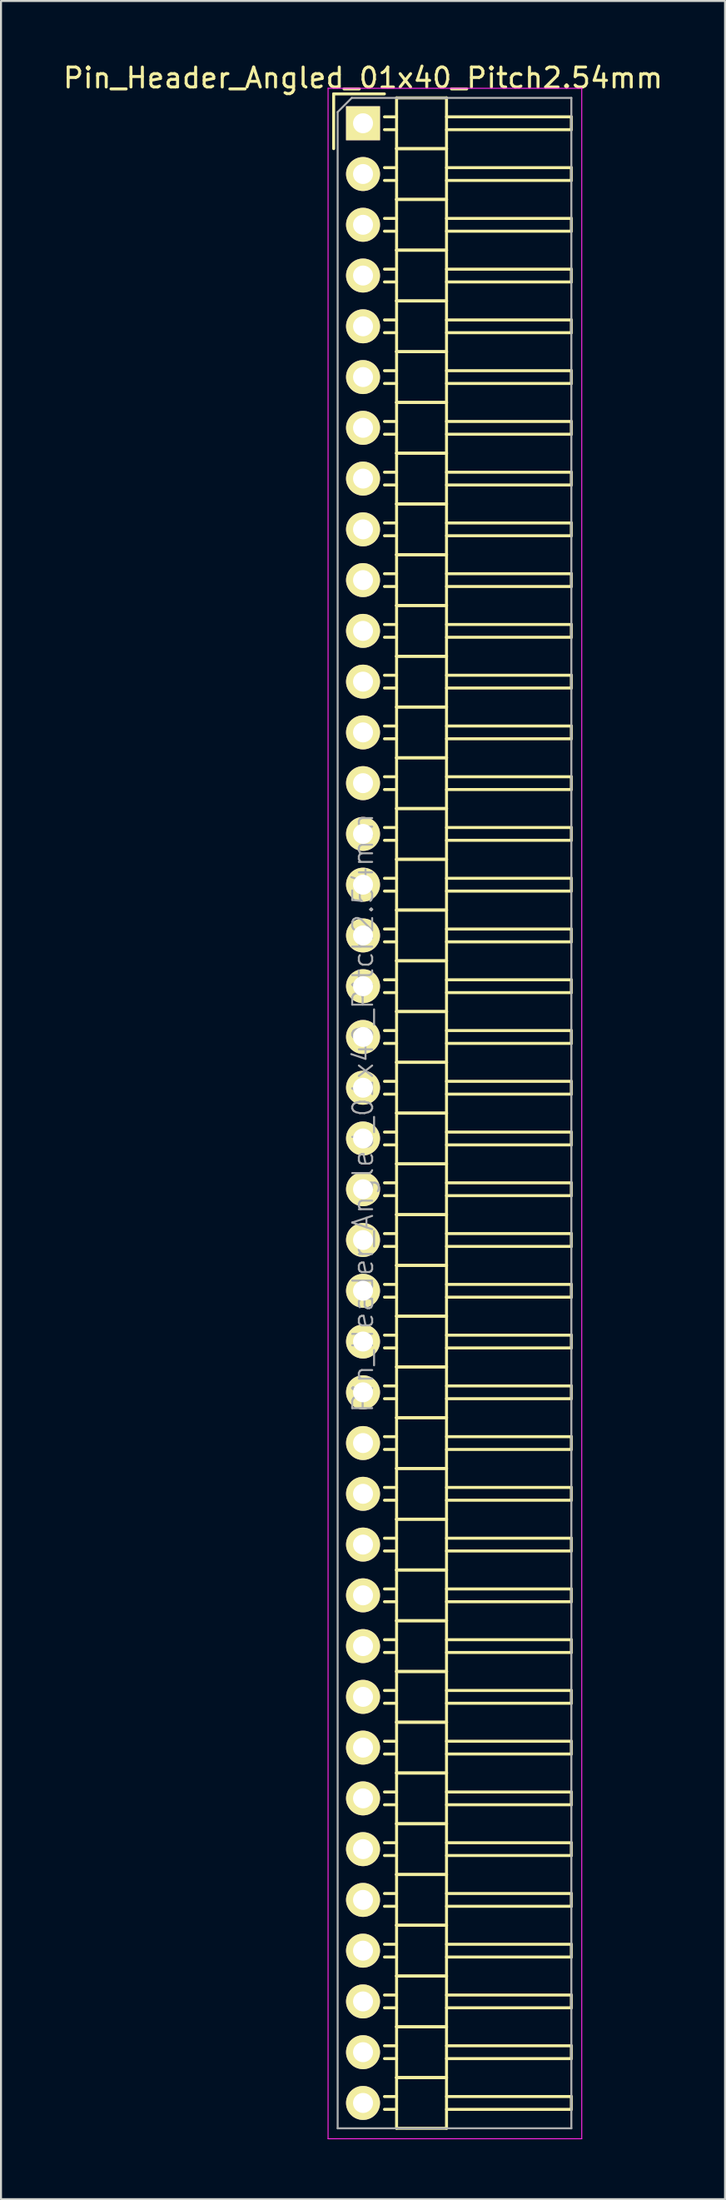
<source format=kicad_pcb>
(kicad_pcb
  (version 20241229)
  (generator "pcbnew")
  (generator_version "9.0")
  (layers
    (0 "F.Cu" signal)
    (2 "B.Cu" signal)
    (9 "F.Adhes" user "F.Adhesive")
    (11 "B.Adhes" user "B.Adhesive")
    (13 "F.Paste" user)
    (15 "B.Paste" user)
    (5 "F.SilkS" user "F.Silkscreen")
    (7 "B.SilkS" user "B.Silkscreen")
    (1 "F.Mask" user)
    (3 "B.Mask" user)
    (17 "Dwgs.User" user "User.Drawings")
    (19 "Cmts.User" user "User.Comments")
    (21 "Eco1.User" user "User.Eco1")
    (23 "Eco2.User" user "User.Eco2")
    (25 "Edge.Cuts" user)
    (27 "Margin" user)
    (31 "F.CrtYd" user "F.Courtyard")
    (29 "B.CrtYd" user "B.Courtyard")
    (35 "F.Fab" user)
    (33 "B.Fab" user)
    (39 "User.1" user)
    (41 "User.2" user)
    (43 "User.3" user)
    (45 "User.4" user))
  (footprint "Pin_Header_Angled_01x40_Pitch2.54mm"
    (layer "F.Cu")
    (at 15.125 3.118)
    (property "Reference" "Pin_Header_Angled_01x40_Pitch2.54mm" (at 0 -2.27 0) (layer "F.SilkS") (effects (font (size 1 1) (thickness 0.15))))
    (attr smd)
    (fp_line (start -1.47 -1.47) (end -1.47 1.27) (stroke (width 0.15) (type solid)) (layer "F.SilkS"))
    (fp_line (start -1.47 -1.47) (end 1.07 -1.47) (stroke (width 0.15) (type solid)) (layer "F.SilkS"))
    (fp_line (start 1.68 -0.32) (end 1.075 -0.32) (stroke (width 0.15) (type solid)) (layer "F.SilkS"))
    (fp_line (start 1.68 0.32) (end 1.075 0.32) (stroke (width 0.15) (type solid)) (layer "F.SilkS"))
    (fp_line (start 1.68 1.27) (end 1.68 -1.27) (stroke (width 0.15) (type solid)) (layer "F.SilkS"))
    (fp_line (start 1.68 2.22) (end 1.075 2.22) (stroke (width 0.15) (type solid)) (layer "F.SilkS"))
    (fp_line (start 1.68 2.86) (end 1.075 2.86) (stroke (width 0.15) (type solid)) (layer "F.SilkS"))
    (fp_line (start 1.68 3.81) (end 1.68 1.27) (stroke (width 0.15) (type solid)) (layer "F.SilkS"))
    (fp_line (start 1.68 4.76) (end 1.075 4.76) (stroke (width 0.15) (type solid)) (layer "F.SilkS"))
    (fp_line (start 1.68 5.4) (end 1.075 5.4) (stroke (width 0.15) (type solid)) (layer "F.SilkS"))
    (fp_line (start 1.68 6.35) (end 1.68 3.81) (stroke (width 0.15) (type solid)) (layer "F.SilkS"))
    (fp_line (start 1.68 7.3) (end 1.075 7.3) (stroke (width 0.15) (type solid)) (layer "F.SilkS"))
    (fp_line (start 1.68 7.94) (end 1.075 7.94) (stroke (width 0.15) (type solid)) (layer "F.SilkS"))
    (fp_line (start 1.68 8.89) (end 1.68 6.35) (stroke (width 0.15) (type solid)) (layer "F.SilkS"))
    (fp_line (start 1.68 9.84) (end 1.075 9.84) (stroke (width 0.15) (type solid)) (layer "F.SilkS"))
    (fp_line (start 1.68 10.48) (end 1.075 10.48) (stroke (width 0.15) (type solid)) (layer "F.SilkS"))
    (fp_line (start 1.68 11.43) (end 1.68 8.89) (stroke (width 0.15) (type solid)) (layer "F.SilkS"))
    (fp_line (start 1.68 12.38) (end 1.075 12.38) (stroke (width 0.15) (type solid)) (layer "F.SilkS"))
    (fp_line (start 1.68 13.02) (end 1.075 13.02) (stroke (width 0.15) (type solid)) (layer "F.SilkS"))
    (fp_line (start 1.68 13.97) (end 1.68 11.43) (stroke (width 0.15) (type solid)) (layer "F.SilkS"))
    (fp_line (start 1.68 14.92) (end 1.075 14.92) (stroke (width 0.15) (type solid)) (layer "F.SilkS"))
    (fp_line (start 1.68 15.56) (end 1.075 15.56) (stroke (width 0.15) (type solid)) (layer "F.SilkS"))
    (fp_line (start 1.68 16.51) (end 1.68 13.97) (stroke (width 0.15) (type solid)) (layer "F.SilkS"))
    (fp_line (start 1.68 17.46) (end 1.075 17.46) (stroke (width 0.15) (type solid)) (layer "F.SilkS"))
    (fp_line (start 1.68 18.1) (end 1.075 18.1) (stroke (width 0.15) (type solid)) (layer "F.SilkS"))
    (fp_line (start 1.68 19.05) (end 1.68 16.51) (stroke (width 0.15) (type solid)) (layer "F.SilkS"))
    (fp_line (start 1.68 20) (end 1.075 20) (stroke (width 0.15) (type solid)) (layer "F.SilkS"))
    (fp_line (start 1.68 20.64) (end 1.075 20.64) (stroke (width 0.15) (type solid)) (layer "F.SilkS"))
    (fp_line (start 1.68 21.59) (end 1.68 19.05) (stroke (width 0.15) (type solid)) (layer "F.SilkS"))
    (fp_line (start 1.68 22.54) (end 1.075 22.54) (stroke (width 0.15) (type solid)) (layer "F.SilkS"))
    (fp_line (start 1.68 23.18) (end 1.075 23.18) (stroke (width 0.15) (type solid)) (layer "F.SilkS"))
    (fp_line (start 1.68 24.13) (end 1.68 21.59) (stroke (width 0.15) (type solid)) (layer "F.SilkS"))
    (fp_line (start 1.68 25.08) (end 1.075 25.08) (stroke (width 0.15) (type solid)) (layer "F.SilkS"))
    (fp_line (start 1.68 25.72) (end 1.075 25.72) (stroke (width 0.15) (type solid)) (layer "F.SilkS"))
    (fp_line (start 1.68 26.67) (end 1.68 24.13) (stroke (width 0.15) (type solid)) (layer "F.SilkS"))
    (fp_line (start 1.68 27.62) (end 1.075 27.62) (stroke (width 0.15) (type solid)) (layer "F.SilkS"))
    (fp_line (start 1.68 28.26) (end 1.075 28.26) (stroke (width 0.15) (type solid)) (layer "F.SilkS"))
    (fp_line (start 1.68 29.21) (end 1.68 26.67) (stroke (width 0.15) (type solid)) (layer "F.SilkS"))
    (fp_line (start 1.68 30.16) (end 1.075 30.16) (stroke (width 0.15) (type solid)) (layer "F.SilkS"))
    (fp_line (start 1.68 30.8) (end 1.075 30.8) (stroke (width 0.15) (type solid)) (layer "F.SilkS"))
    (fp_line (start 1.68 31.75) (end 1.68 29.21) (stroke (width 0.15) (type solid)) (layer "F.SilkS"))
    (fp_line (start 1.68 32.7) (end 1.075 32.7) (stroke (width 0.15) (type solid)) (layer "F.SilkS"))
    (fp_line (start 1.68 33.34) (end 1.075 33.34) (stroke (width 0.15) (type solid)) (layer "F.SilkS"))
    (fp_line (start 1.68 34.29) (end 1.68 31.75) (stroke (width 0.15) (type solid)) (layer "F.SilkS"))
    (fp_line (start 1.68 35.24) (end 1.075 35.24) (stroke (width 0.15) (type solid)) (layer "F.SilkS"))
    (fp_line (start 1.68 35.88) (end 1.075 35.88) (stroke (width 0.15) (type solid)) (layer "F.SilkS"))
    (fp_line (start 1.68 36.83) (end 1.68 34.29) (stroke (width 0.15) (type solid)) (layer "F.SilkS"))
    (fp_line (start 1.68 37.78) (end 1.075 37.78) (stroke (width 0.15) (type solid)) (layer "F.SilkS"))
    (fp_line (start 1.68 38.42) (end 1.075 38.42) (stroke (width 0.15) (type solid)) (layer "F.SilkS"))
    (fp_line (start 1.68 39.37) (end 1.68 36.83) (stroke (width 0.15) (type solid)) (layer "F.SilkS"))
    (fp_line (start 1.68 40.32) (end 1.075 40.32) (stroke (width 0.15) (type solid)) (layer "F.SilkS"))
    (fp_line (start 1.68 40.96) (end 1.075 40.96) (stroke (width 0.15) (type solid)) (layer "F.SilkS"))
    (fp_line (start 1.68 41.91) (end 1.68 39.37) (stroke (width 0.15) (type solid)) (layer "F.SilkS"))
    (fp_line (start 1.68 42.86) (end 1.075 42.86) (stroke (width 0.15) (type solid)) (layer "F.SilkS"))
    (fp_line (start 1.68 43.5) (end 1.075 43.5) (stroke (width 0.15) (type solid)) (layer "F.SilkS"))
    (fp_line (start 1.68 44.45) (end 1.68 41.91) (stroke (width 0.15) (type solid)) (layer "F.SilkS"))
    (fp_line (start 1.68 45.4) (end 1.075 45.4) (stroke (width 0.15) (type solid)) (layer "F.SilkS"))
    (fp_line (start 1.68 46.04) (end 1.075 46.04) (stroke (width 0.15) (type solid)) (layer "F.SilkS"))
    (fp_line (start 1.68 46.99) (end 1.68 44.45) (stroke (width 0.15) (type solid)) (layer "F.SilkS"))
    (fp_line (start 1.68 47.94) (end 1.075 47.94) (stroke (width 0.15) (type solid)) (layer "F.SilkS"))
    (fp_line (start 1.68 48.58) (end 1.075 48.58) (stroke (width 0.15) (type solid)) (layer "F.SilkS"))
    (fp_line (start 1.68 49.53) (end 1.68 46.99) (stroke (width 0.15) (type solid)) (layer "F.SilkS"))
    (fp_line (start 1.68 50.48) (end 1.075 50.48) (stroke (width 0.15) (type solid)) (layer "F.SilkS"))
    (fp_line (start 1.68 51.12) (end 1.075 51.12) (stroke (width 0.15) (type solid)) (layer "F.SilkS"))
    (fp_line (start 1.68 52.07) (end 1.68 49.53) (stroke (width 0.15) (type solid)) (layer "F.SilkS"))
    (fp_line (start 1.68 53.02) (end 1.075 53.02) (stroke (width 0.15) (type solid)) (layer "F.SilkS"))
    (fp_line (start 1.68 53.66) (end 1.075 53.66) (stroke (width 0.15) (type solid)) (layer "F.SilkS"))
    (fp_line (start 1.68 54.61) (end 1.68 52.07) (stroke (width 0.15) (type solid)) (layer "F.SilkS"))
    (fp_line (start 1.68 55.56) (end 1.075 55.56) (stroke (width 0.15) (type solid)) (layer "F.SilkS"))
    (fp_line (start 1.68 56.2) (end 1.075 56.2) (stroke (width 0.15) (type solid)) (layer "F.SilkS"))
    (fp_line (start 1.68 57.15) (end 1.68 54.61) (stroke (width 0.15) (type solid)) (layer "F.SilkS"))
    (fp_line (start 1.68 58.1) (end 1.075 58.1) (stroke (width 0.15) (type solid)) (layer "F.SilkS"))
    (fp_line (start 1.68 58.74) (end 1.075 58.74) (stroke (width 0.15) (type solid)) (layer "F.SilkS"))
    (fp_line (start 1.68 59.69) (end 1.68 57.15) (stroke (width 0.15) (type solid)) (layer "F.SilkS"))
    (fp_line (start 1.68 60.64) (end 1.075 60.64) (stroke (width 0.15) (type solid)) (layer "F.SilkS"))
    (fp_line (start 1.68 61.28) (end 1.075 61.28) (stroke (width 0.15) (type solid)) (layer "F.SilkS"))
    (fp_line (start 1.68 62.23) (end 1.68 59.69) (stroke (width 0.15) (type solid)) (layer "F.SilkS"))
    (fp_line (start 1.68 63.18) (end 1.075 63.18) (stroke (width 0.15) (type solid)) (layer "F.SilkS"))
    (fp_line (start 1.68 63.82) (end 1.075 63.82) (stroke (width 0.15) (type solid)) (layer "F.SilkS"))
    (fp_line (start 1.68 64.77) (end 1.68 62.23) (stroke (width 0.15) (type solid)) (layer "F.SilkS"))
    (fp_line (start 1.68 65.72) (end 1.075 65.72) (stroke (width 0.15) (type solid)) (layer "F.SilkS"))
    (fp_line (start 1.68 66.36) (end 1.075 66.36) (stroke (width 0.15) (type solid)) (layer "F.SilkS"))
    (fp_line (start 1.68 67.31) (end 1.68 64.77) (stroke (width 0.15) (type solid)) (layer "F.SilkS"))
    (fp_line (start 1.68 68.26) (end 1.075 68.26) (stroke (width 0.15) (type solid)) (layer "F.SilkS"))
    (fp_line (start 1.68 68.9) (end 1.075 68.9) (stroke (width 0.15) (type solid)) (layer "F.SilkS"))
    (fp_line (start 1.68 69.85) (end 1.68 67.31) (stroke (width 0.15) (type solid)) (layer "F.SilkS"))
    (fp_line (start 1.68 70.8) (end 1.075 70.8) (stroke (width 0.15) (type solid)) (layer "F.SilkS"))
    (fp_line (start 1.68 71.44) (end 1.075 71.44) (stroke (width 0.15) (type solid)) (layer "F.SilkS"))
    (fp_line (start 1.68 72.39) (end 1.68 69.85) (stroke (width 0.15) (type solid)) (layer "F.SilkS"))
    (fp_line (start 1.68 73.34) (end 1.075 73.34) (stroke (width 0.15) (type solid)) (layer "F.SilkS"))
    (fp_line (start 1.68 73.98) (end 1.075 73.98) (stroke (width 0.15) (type solid)) (layer "F.SilkS"))
    (fp_line (start 1.68 74.93) (end 1.68 72.39) (stroke (width 0.15) (type solid)) (layer "F.SilkS"))
    (fp_line (start 1.68 75.88) (end 1.075 75.88) (stroke (width 0.15) (type solid)) (layer "F.SilkS"))
    (fp_line (start 1.68 76.52) (end 1.075 76.52) (stroke (width 0.15) (type solid)) (layer "F.SilkS"))
    (fp_line (start 1.68 77.47) (end 1.68 74.93) (stroke (width 0.15) (type solid)) (layer "F.SilkS"))
    (fp_line (start 1.68 78.42) (end 1.075 78.42) (stroke (width 0.15) (type solid)) (layer "F.SilkS"))
    (fp_line (start 1.68 79.06) (end 1.075 79.06) (stroke (width 0.15) (type solid)) (layer "F.SilkS"))
    (fp_line (start 1.68 80.01) (end 1.68 77.47) (stroke (width 0.15) (type solid)) (layer "F.SilkS"))
    (fp_line (start 1.68 80.96) (end 1.075 80.96) (stroke (width 0.15) (type solid)) (layer "F.SilkS"))
    (fp_line (start 1.68 81.6) (end 1.075 81.6) (stroke (width 0.15) (type solid)) (layer "F.SilkS"))
    (fp_line (start 1.68 82.55) (end 1.68 80.01) (stroke (width 0.15) (type solid)) (layer "F.SilkS"))
    (fp_line (start 1.68 83.5) (end 1.075 83.5) (stroke (width 0.15) (type solid)) (layer "F.SilkS"))
    (fp_line (start 1.68 84.14) (end 1.075 84.14) (stroke (width 0.15) (type solid)) (layer "F.SilkS"))
    (fp_line (start 1.68 85.09) (end 1.68 82.55) (stroke (width 0.15) (type solid)) (layer "F.SilkS"))
    (fp_line (start 1.68 86.04) (end 1.075 86.04) (stroke (width 0.15) (type solid)) (layer "F.SilkS"))
    (fp_line (start 1.68 86.68) (end 1.075 86.68) (stroke (width 0.15) (type solid)) (layer "F.SilkS"))
    (fp_line (start 1.68 87.63) (end 1.68 85.09) (stroke (width 0.15) (type solid)) (layer "F.SilkS"))
    (fp_line (start 1.68 88.58) (end 1.075 88.58) (stroke (width 0.15) (type solid)) (layer "F.SilkS"))
    (fp_line (start 1.68 89.22) (end 1.075 89.22) (stroke (width 0.15) (type solid)) (layer "F.SilkS"))
    (fp_line (start 1.68 90.17) (end 1.68 87.63) (stroke (width 0.15) (type solid)) (layer "F.SilkS"))
    (fp_line (start 1.68 91.12) (end 1.075 91.12) (stroke (width 0.15) (type solid)) (layer "F.SilkS"))
    (fp_line (start 1.68 91.76) (end 1.075 91.76) (stroke (width 0.15) (type solid)) (layer "F.SilkS"))
    (fp_line (start 1.68 92.71) (end 1.68 90.17) (stroke (width 0.15) (type solid)) (layer "F.SilkS"))
    (fp_line (start 1.68 93.66) (end 1.075 93.66) (stroke (width 0.15) (type solid)) (layer "F.SilkS"))
    (fp_line (start 1.68 94.3) (end 1.075 94.3) (stroke (width 0.15) (type solid)) (layer "F.SilkS"))
    (fp_line (start 1.68 95.25) (end 1.68 92.71) (stroke (width 0.15) (type solid)) (layer "F.SilkS"))
    (fp_line (start 1.68 96.2) (end 1.075 96.2) (stroke (width 0.15) (type solid)) (layer "F.SilkS"))
    (fp_line (start 1.68 96.84) (end 1.075 96.84) (stroke (width 0.15) (type solid)) (layer "F.SilkS"))
    (fp_line (start 1.68 97.79) (end 1.68 95.25) (stroke (width 0.15) (type solid)) (layer "F.SilkS"))
    (fp_line (start 1.68 98.74) (end 1.075 98.74) (stroke (width 0.15) (type solid)) (layer "F.SilkS"))
    (fp_line (start 1.68 99.38) (end 1.075 99.38) (stroke (width 0.15) (type solid)) (layer "F.SilkS"))
    (fp_line (start 1.68 100.33) (end 1.68 97.79) (stroke (width 0.15) (type solid)) (layer "F.SilkS"))
    (fp_line (start 4.18 -1.27) (end 1.68 -1.27) (stroke (width 0.15) (type solid)) (layer "F.SilkS"))
    (fp_line (start 4.18 -0.32) (end 10.43 -0.32) (stroke (width 0.15) (type solid)) (layer "F.SilkS"))
    (fp_line (start 4.18 0.32) (end 10.43 0.32) (stroke (width 0.15) (type solid)) (layer "F.SilkS"))
    (fp_line (start 4.18 1.27) (end 1.68 1.27) (stroke (width 0.15) (type solid)) (layer "F.SilkS"))
    (fp_line (start 4.18 1.27) (end 1.68 1.27) (stroke (width 0.15) (type solid)) (layer "F.SilkS"))
    (fp_line (start 4.18 1.27) (end 4.18 -1.27) (stroke (width 0.15) (type solid)) (layer "F.SilkS"))
    (fp_line (start 4.18 2.22) (end 10.43 2.22) (stroke (width 0.15) (type solid)) (layer "F.SilkS"))
    (fp_line (start 4.18 2.86) (end 10.43 2.86) (stroke (width 0.15) (type solid)) (layer "F.SilkS"))
    (fp_line (start 4.18 3.81) (end 1.68 3.81) (stroke (width 0.15) (type solid)) (layer "F.SilkS"))
    (fp_line (start 4.18 3.81) (end 1.68 3.81) (stroke (width 0.15) (type solid)) (layer "F.SilkS"))
    (fp_line (start 4.18 3.81) (end 4.18 1.27) (stroke (width 0.15) (type solid)) (layer "F.SilkS"))
    (fp_line (start 4.18 4.76) (end 10.43 4.76) (stroke (width 0.15) (type solid)) (layer "F.SilkS"))
    (fp_line (start 4.18 5.4) (end 10.43 5.4) (stroke (width 0.15) (type solid)) (layer "F.SilkS"))
    (fp_line (start 4.18 6.35) (end 1.68 6.35) (stroke (width 0.15) (type solid)) (layer "F.SilkS"))
    (fp_line (start 4.18 6.35) (end 1.68 6.35) (stroke (width 0.15) (type solid)) (layer "F.SilkS"))
    (fp_line (start 4.18 6.35) (end 4.18 3.81) (stroke (width 0.15) (type solid)) (layer "F.SilkS"))
    (fp_line (start 4.18 7.3) (end 10.43 7.3) (stroke (width 0.15) (type solid)) (layer "F.SilkS"))
    (fp_line (start 4.18 7.94) (end 10.43 7.94) (stroke (width 0.15) (type solid)) (layer "F.SilkS"))
    (fp_line (start 4.18 8.89) (end 1.68 8.89) (stroke (width 0.15) (type solid)) (layer "F.SilkS"))
    (fp_line (start 4.18 8.89) (end 1.68 8.89) (stroke (width 0.15) (type solid)) (layer "F.SilkS"))
    (fp_line (start 4.18 8.89) (end 4.18 6.35) (stroke (width 0.15) (type solid)) (layer "F.SilkS"))
    (fp_line (start 4.18 9.84) (end 10.43 9.84) (stroke (width 0.15) (type solid)) (layer "F.SilkS"))
    (fp_line (start 4.18 10.48) (end 10.43 10.48) (stroke (width 0.15) (type solid)) (layer "F.SilkS"))
    (fp_line (start 4.18 11.43) (end 1.68 11.43) (stroke (width 0.15) (type solid)) (layer "F.SilkS"))
    (fp_line (start 4.18 11.43) (end 1.68 11.43) (stroke (width 0.15) (type solid)) (layer "F.SilkS"))
    (fp_line (start 4.18 11.43) (end 4.18 8.89) (stroke (width 0.15) (type solid)) (layer "F.SilkS"))
    (fp_line (start 4.18 12.38) (end 10.43 12.38) (stroke (width 0.15) (type solid)) (layer "F.SilkS"))
    (fp_line (start 4.18 13.02) (end 10.43 13.02) (stroke (width 0.15) (type solid)) (layer "F.SilkS"))
    (fp_line (start 4.18 13.97) (end 1.68 13.97) (stroke (width 0.15) (type solid)) (layer "F.SilkS"))
    (fp_line (start 4.18 13.97) (end 1.68 13.97) (stroke (width 0.15) (type solid)) (layer "F.SilkS"))
    (fp_line (start 4.18 13.97) (end 4.18 11.43) (stroke (width 0.15) (type solid)) (layer "F.SilkS"))
    (fp_line (start 4.18 14.92) (end 10.43 14.92) (stroke (width 0.15) (type solid)) (layer "F.SilkS"))
    (fp_line (start 4.18 15.56) (end 10.43 15.56) (stroke (width 0.15) (type solid)) (layer "F.SilkS"))
    (fp_line (start 4.18 16.51) (end 1.68 16.51) (stroke (width 0.15) (type solid)) (layer "F.SilkS"))
    (fp_line (start 4.18 16.51) (end 1.68 16.51) (stroke (width 0.15) (type solid)) (layer "F.SilkS"))
    (fp_line (start 4.18 16.51) (end 4.18 13.97) (stroke (width 0.15) (type solid)) (layer "F.SilkS"))
    (fp_line (start 4.18 17.46) (end 10.43 17.46) (stroke (width 0.15) (type solid)) (layer "F.SilkS"))
    (fp_line (start 4.18 18.1) (end 10.43 18.1) (stroke (width 0.15) (type solid)) (layer "F.SilkS"))
    (fp_line (start 4.18 19.05) (end 1.68 19.05) (stroke (width 0.15) (type solid)) (layer "F.SilkS"))
    (fp_line (start 4.18 19.05) (end 1.68 19.05) (stroke (width 0.15) (type solid)) (layer "F.SilkS"))
    (fp_line (start 4.18 19.05) (end 4.18 16.51) (stroke (width 0.15) (type solid)) (layer "F.SilkS"))
    (fp_line (start 4.18 20) (end 10.43 20) (stroke (width 0.15) (type solid)) (layer "F.SilkS"))
    (fp_line (start 4.18 20.64) (end 10.43 20.64) (stroke (width 0.15) (type solid)) (layer "F.SilkS"))
    (fp_line (start 4.18 21.59) (end 1.68 21.59) (stroke (width 0.15) (type solid)) (layer "F.SilkS"))
    (fp_line (start 4.18 21.59) (end 1.68 21.59) (stroke (width 0.15) (type solid)) (layer "F.SilkS"))
    (fp_line (start 4.18 21.59) (end 4.18 19.05) (stroke (width 0.15) (type solid)) (layer "F.SilkS"))
    (fp_line (start 4.18 22.54) (end 10.43 22.54) (stroke (width 0.15) (type solid)) (layer "F.SilkS"))
    (fp_line (start 4.18 23.18) (end 10.43 23.18) (stroke (width 0.15) (type solid)) (layer "F.SilkS"))
    (fp_line (start 4.18 24.13) (end 1.68 24.13) (stroke (width 0.15) (type solid)) (layer "F.SilkS"))
    (fp_line (start 4.18 24.13) (end 1.68 24.13) (stroke (width 0.15) (type solid)) (layer "F.SilkS"))
    (fp_line (start 4.18 24.13) (end 4.18 21.59) (stroke (width 0.15) (type solid)) (layer "F.SilkS"))
    (fp_line (start 4.18 25.08) (end 10.43 25.08) (stroke (width 0.15) (type solid)) (layer "F.SilkS"))
    (fp_line (start 4.18 25.72) (end 10.43 25.72) (stroke (width 0.15) (type solid)) (layer "F.SilkS"))
    (fp_line (start 4.18 26.67) (end 1.68 26.67) (stroke (width 0.15) (type solid)) (layer "F.SilkS"))
    (fp_line (start 4.18 26.67) (end 1.68 26.67) (stroke (width 0.15) (type solid)) (layer "F.SilkS"))
    (fp_line (start 4.18 26.67) (end 4.18 24.13) (stroke (width 0.15) (type solid)) (layer "F.SilkS"))
    (fp_line (start 4.18 27.62) (end 10.43 27.62) (stroke (width 0.15) (type solid)) (layer "F.SilkS"))
    (fp_line (start 4.18 28.26) (end 10.43 28.26) (stroke (width 0.15) (type solid)) (layer "F.SilkS"))
    (fp_line (start 4.18 29.21) (end 1.68 29.21) (stroke (width 0.15) (type solid)) (layer "F.SilkS"))
    (fp_line (start 4.18 29.21) (end 1.68 29.21) (stroke (width 0.15) (type solid)) (layer "F.SilkS"))
    (fp_line (start 4.18 29.21) (end 4.18 26.67) (stroke (width 0.15) (type solid)) (layer "F.SilkS"))
    (fp_line (start 4.18 30.16) (end 10.43 30.16) (stroke (width 0.15) (type solid)) (layer "F.SilkS"))
    (fp_line (start 4.18 30.8) (end 10.43 30.8) (stroke (width 0.15) (type solid)) (layer "F.SilkS"))
    (fp_line (start 4.18 31.75) (end 1.68 31.75) (stroke (width 0.15) (type solid)) (layer "F.SilkS"))
    (fp_line (start 4.18 31.75) (end 1.68 31.75) (stroke (width 0.15) (type solid)) (layer "F.SilkS"))
    (fp_line (start 4.18 31.75) (end 4.18 29.21) (stroke (width 0.15) (type solid)) (layer "F.SilkS"))
    (fp_line (start 4.18 32.7) (end 10.43 32.7) (stroke (width 0.15) (type solid)) (layer "F.SilkS"))
    (fp_line (start 4.18 33.34) (end 10.43 33.34) (stroke (width 0.15) (type solid)) (layer "F.SilkS"))
    (fp_line (start 4.18 34.29) (end 1.68 34.29) (stroke (width 0.15) (type solid)) (layer "F.SilkS"))
    (fp_line (start 4.18 34.29) (end 1.68 34.29) (stroke (width 0.15) (type solid)) (layer "F.SilkS"))
    (fp_line (start 4.18 34.29) (end 4.18 31.75) (stroke (width 0.15) (type solid)) (layer "F.SilkS"))
    (fp_line (start 4.18 35.24) (end 10.43 35.24) (stroke (width 0.15) (type solid)) (layer "F.SilkS"))
    (fp_line (start 4.18 35.88) (end 10.43 35.88) (stroke (width 0.15) (type solid)) (layer "F.SilkS"))
    (fp_line (start 4.18 36.83) (end 1.68 36.83) (stroke (width 0.15) (type solid)) (layer "F.SilkS"))
    (fp_line (start 4.18 36.83) (end 1.68 36.83) (stroke (width 0.15) (type solid)) (layer "F.SilkS"))
    (fp_line (start 4.18 36.83) (end 4.18 34.29) (stroke (width 0.15) (type solid)) (layer "F.SilkS"))
    (fp_line (start 4.18 37.78) (end 10.43 37.78) (stroke (width 0.15) (type solid)) (layer "F.SilkS"))
    (fp_line (start 4.18 38.42) (end 10.43 38.42) (stroke (width 0.15) (type solid)) (layer "F.SilkS"))
    (fp_line (start 4.18 39.37) (end 1.68 39.37) (stroke (width 0.15) (type solid)) (layer "F.SilkS"))
    (fp_line (start 4.18 39.37) (end 1.68 39.37) (stroke (width 0.15) (type solid)) (layer "F.SilkS"))
    (fp_line (start 4.18 39.37) (end 4.18 36.83) (stroke (width 0.15) (type solid)) (layer "F.SilkS"))
    (fp_line (start 4.18 40.32) (end 10.43 40.32) (stroke (width 0.15) (type solid)) (layer "F.SilkS"))
    (fp_line (start 4.18 40.96) (end 10.43 40.96) (stroke (width 0.15) (type solid)) (layer "F.SilkS"))
    (fp_line (start 4.18 41.91) (end 1.68 41.91) (stroke (width 0.15) (type solid)) (layer "F.SilkS"))
    (fp_line (start 4.18 41.91) (end 1.68 41.91) (stroke (width 0.15) (type solid)) (layer "F.SilkS"))
    (fp_line (start 4.18 41.91) (end 4.18 39.37) (stroke (width 0.15) (type solid)) (layer "F.SilkS"))
    (fp_line (start 4.18 42.86) (end 10.43 42.86) (stroke (width 0.15) (type solid)) (layer "F.SilkS"))
    (fp_line (start 4.18 43.5) (end 10.43 43.5) (stroke (width 0.15) (type solid)) (layer "F.SilkS"))
    (fp_line (start 4.18 44.45) (end 1.68 44.45) (stroke (width 0.15) (type solid)) (layer "F.SilkS"))
    (fp_line (start 4.18 44.45) (end 1.68 44.45) (stroke (width 0.15) (type solid)) (layer "F.SilkS"))
    (fp_line (start 4.18 44.45) (end 4.18 41.91) (stroke (width 0.15) (type solid)) (layer "F.SilkS"))
    (fp_line (start 4.18 45.4) (end 10.43 45.4) (stroke (width 0.15) (type solid)) (layer "F.SilkS"))
    (fp_line (start 4.18 46.04) (end 10.43 46.04) (stroke (width 0.15) (type solid)) (layer "F.SilkS"))
    (fp_line (start 4.18 46.99) (end 1.68 46.99) (stroke (width 0.15) (type solid)) (layer "F.SilkS"))
    (fp_line (start 4.18 46.99) (end 1.68 46.99) (stroke (width 0.15) (type solid)) (layer "F.SilkS"))
    (fp_line (start 4.18 46.99) (end 4.18 44.45) (stroke (width 0.15) (type solid)) (layer "F.SilkS"))
    (fp_line (start 4.18 47.94) (end 10.43 47.94) (stroke (width 0.15) (type solid)) (layer "F.SilkS"))
    (fp_line (start 4.18 48.58) (end 10.43 48.58) (stroke (width 0.15) (type solid)) (layer "F.SilkS"))
    (fp_line (start 4.18 49.53) (end 1.68 49.53) (stroke (width 0.15) (type solid)) (layer "F.SilkS"))
    (fp_line (start 4.18 49.53) (end 1.68 49.53) (stroke (width 0.15) (type solid)) (layer "F.SilkS"))
    (fp_line (start 4.18 49.53) (end 4.18 46.99) (stroke (width 0.15) (type solid)) (layer "F.SilkS"))
    (fp_line (start 4.18 50.48) (end 10.43 50.48) (stroke (width 0.15) (type solid)) (layer "F.SilkS"))
    (fp_line (start 4.18 51.12) (end 10.43 51.12) (stroke (width 0.15) (type solid)) (layer "F.SilkS"))
    (fp_line (start 4.18 52.07) (end 1.68 52.07) (stroke (width 0.15) (type solid)) (layer "F.SilkS"))
    (fp_line (start 4.18 52.07) (end 1.68 52.07) (stroke (width 0.15) (type solid)) (layer "F.SilkS"))
    (fp_line (start 4.18 52.07) (end 4.18 49.53) (stroke (width 0.15) (type solid)) (layer "F.SilkS"))
    (fp_line (start 4.18 53.02) (end 10.43 53.02) (stroke (width 0.15) (type solid)) (layer "F.SilkS"))
    (fp_line (start 4.18 53.66) (end 10.43 53.66) (stroke (width 0.15) (type solid)) (layer "F.SilkS"))
    (fp_line (start 4.18 54.61) (end 1.68 54.61) (stroke (width 0.15) (type solid)) (layer "F.SilkS"))
    (fp_line (start 4.18 54.61) (end 1.68 54.61) (stroke (width 0.15) (type solid)) (layer "F.SilkS"))
    (fp_line (start 4.18 54.61) (end 4.18 52.07) (stroke (width 0.15) (type solid)) (layer "F.SilkS"))
    (fp_line (start 4.18 55.56) (end 10.43 55.56) (stroke (width 0.15) (type solid)) (layer "F.SilkS"))
    (fp_line (start 4.18 56.2) (end 10.43 56.2) (stroke (width 0.15) (type solid)) (layer "F.SilkS"))
    (fp_line (start 4.18 57.15) (end 1.68 57.15) (stroke (width 0.15) (type solid)) (layer "F.SilkS"))
    (fp_line (start 4.18 57.15) (end 1.68 57.15) (stroke (width 0.15) (type solid)) (layer "F.SilkS"))
    (fp_line (start 4.18 57.15) (end 4.18 54.61) (stroke (width 0.15) (type solid)) (layer "F.SilkS"))
    (fp_line (start 4.18 58.1) (end 10.43 58.1) (stroke (width 0.15) (type solid)) (layer "F.SilkS"))
    (fp_line (start 4.18 58.74) (end 10.43 58.74) (stroke (width 0.15) (type solid)) (layer "F.SilkS"))
    (fp_line (start 4.18 59.69) (end 1.68 59.69) (stroke (width 0.15) (type solid)) (layer "F.SilkS"))
    (fp_line (start 4.18 59.69) (end 1.68 59.69) (stroke (width 0.15) (type solid)) (layer "F.SilkS"))
    (fp_line (start 4.18 59.69) (end 4.18 57.15) (stroke (width 0.15) (type solid)) (layer "F.SilkS"))
    (fp_line (start 4.18 60.64) (end 10.43 60.64) (stroke (width 0.15) (type solid)) (layer "F.SilkS"))
    (fp_line (start 4.18 61.28) (end 10.43 61.28) (stroke (width 0.15) (type solid)) (layer "F.SilkS"))
    (fp_line (start 4.18 62.23) (end 1.68 62.23) (stroke (width 0.15) (type solid)) (layer "F.SilkS"))
    (fp_line (start 4.18 62.23) (end 1.68 62.23) (stroke (width 0.15) (type solid)) (layer "F.SilkS"))
    (fp_line (start 4.18 62.23) (end 4.18 59.69) (stroke (width 0.15) (type solid)) (layer "F.SilkS"))
    (fp_line (start 4.18 63.18) (end 10.43 63.18) (stroke (width 0.15) (type solid)) (layer "F.SilkS"))
    (fp_line (start 4.18 63.82) (end 10.43 63.82) (stroke (width 0.15) (type solid)) (layer "F.SilkS"))
    (fp_line (start 4.18 64.77) (end 1.68 64.77) (stroke (width 0.15) (type solid)) (layer "F.SilkS"))
    (fp_line (start 4.18 64.77) (end 1.68 64.77) (stroke (width 0.15) (type solid)) (layer "F.SilkS"))
    (fp_line (start 4.18 64.77) (end 4.18 62.23) (stroke (width 0.15) (type solid)) (layer "F.SilkS"))
    (fp_line (start 4.18 65.72) (end 10.43 65.72) (stroke (width 0.15) (type solid)) (layer "F.SilkS"))
    (fp_line (start 4.18 66.36) (end 10.43 66.36) (stroke (width 0.15) (type solid)) (layer "F.SilkS"))
    (fp_line (start 4.18 67.31) (end 1.68 67.31) (stroke (width 0.15) (type solid)) (layer "F.SilkS"))
    (fp_line (start 4.18 67.31) (end 1.68 67.31) (stroke (width 0.15) (type solid)) (layer "F.SilkS"))
    (fp_line (start 4.18 67.31) (end 4.18 64.77) (stroke (width 0.15) (type solid)) (layer "F.SilkS"))
    (fp_line (start 4.18 68.26) (end 10.43 68.26) (stroke (width 0.15) (type solid)) (layer "F.SilkS"))
    (fp_line (start 4.18 68.9) (end 10.43 68.9) (stroke (width 0.15) (type solid)) (layer "F.SilkS"))
    (fp_line (start 4.18 69.85) (end 1.68 69.85) (stroke (width 0.15) (type solid)) (layer "F.SilkS"))
    (fp_line (start 4.18 69.85) (end 1.68 69.85) (stroke (width 0.15) (type solid)) (layer "F.SilkS"))
    (fp_line (start 4.18 69.85) (end 4.18 67.31) (stroke (width 0.15) (type solid)) (layer "F.SilkS"))
    (fp_line (start 4.18 70.8) (end 10.43 70.8) (stroke (width 0.15) (type solid)) (layer "F.SilkS"))
    (fp_line (start 4.18 71.44) (end 10.43 71.44) (stroke (width 0.15) (type solid)) (layer "F.SilkS"))
    (fp_line (start 4.18 72.39) (end 1.68 72.39) (stroke (width 0.15) (type solid)) (layer "F.SilkS"))
    (fp_line (start 4.18 72.39) (end 1.68 72.39) (stroke (width 0.15) (type solid)) (layer "F.SilkS"))
    (fp_line (start 4.18 72.39) (end 4.18 69.85) (stroke (width 0.15) (type solid)) (layer "F.SilkS"))
    (fp_line (start 4.18 73.34) (end 10.43 73.34) (stroke (width 0.15) (type solid)) (layer "F.SilkS"))
    (fp_line (start 4.18 73.98) (end 10.43 73.98) (stroke (width 0.15) (type solid)) (layer "F.SilkS"))
    (fp_line (start 4.18 74.93) (end 1.68 74.93) (stroke (width 0.15) (type solid)) (layer "F.SilkS"))
    (fp_line (start 4.18 74.93) (end 1.68 74.93) (stroke (width 0.15) (type solid)) (layer "F.SilkS"))
    (fp_line (start 4.18 74.93) (end 4.18 72.39) (stroke (width 0.15) (type solid)) (layer "F.SilkS"))
    (fp_line (start 4.18 75.88) (end 10.43 75.88) (stroke (width 0.15) (type solid)) (layer "F.SilkS"))
    (fp_line (start 4.18 76.52) (end 10.43 76.52) (stroke (width 0.15) (type solid)) (layer "F.SilkS"))
    (fp_line (start 4.18 77.47) (end 1.68 77.47) (stroke (width 0.15) (type solid)) (layer "F.SilkS"))
    (fp_line (start 4.18 77.47) (end 1.68 77.47) (stroke (width 0.15) (type solid)) (layer "F.SilkS"))
    (fp_line (start 4.18 77.47) (end 4.18 74.93) (stroke (width 0.15) (type solid)) (layer "F.SilkS"))
    (fp_line (start 4.18 78.42) (end 10.43 78.42) (stroke (width 0.15) (type solid)) (layer "F.SilkS"))
    (fp_line (start 4.18 79.06) (end 10.43 79.06) (stroke (width 0.15) (type solid)) (layer "F.SilkS"))
    (fp_line (start 4.18 80.01) (end 1.68 80.01) (stroke (width 0.15) (type solid)) (layer "F.SilkS"))
    (fp_line (start 4.18 80.01) (end 1.68 80.01) (stroke (width 0.15) (type solid)) (layer "F.SilkS"))
    (fp_line (start 4.18 80.01) (end 4.18 77.47) (stroke (width 0.15) (type solid)) (layer "F.SilkS"))
    (fp_line (start 4.18 80.96) (end 10.43 80.96) (stroke (width 0.15) (type solid)) (layer "F.SilkS"))
    (fp_line (start 4.18 81.6) (end 10.43 81.6) (stroke (width 0.15) (type solid)) (layer "F.SilkS"))
    (fp_line (start 4.18 82.55) (end 1.68 82.55) (stroke (width 0.15) (type solid)) (layer "F.SilkS"))
    (fp_line (start 4.18 82.55) (end 1.68 82.55) (stroke (width 0.15) (type solid)) (layer "F.SilkS"))
    (fp_line (start 4.18 82.55) (end 4.18 80.01) (stroke (width 0.15) (type solid)) (layer "F.SilkS"))
    (fp_line (start 4.18 83.5) (end 10.43 83.5) (stroke (width 0.15) (type solid)) (layer "F.SilkS"))
    (fp_line (start 4.18 84.14) (end 10.43 84.14) (stroke (width 0.15) (type solid)) (layer "F.SilkS"))
    (fp_line (start 4.18 85.09) (end 1.68 85.09) (stroke (width 0.15) (type solid)) (layer "F.SilkS"))
    (fp_line (start 4.18 85.09) (end 1.68 85.09) (stroke (width 0.15) (type solid)) (layer "F.SilkS"))
    (fp_line (start 4.18 85.09) (end 4.18 82.55) (stroke (width 0.15) (type solid)) (layer "F.SilkS"))
    (fp_line (start 4.18 86.04) (end 10.43 86.04) (stroke (width 0.15) (type solid)) (layer "F.SilkS"))
    (fp_line (start 4.18 86.68) (end 10.43 86.68) (stroke (width 0.15) (type solid)) (layer "F.SilkS"))
    (fp_line (start 4.18 87.63) (end 1.68 87.63) (stroke (width 0.15) (type solid)) (layer "F.SilkS"))
    (fp_line (start 4.18 87.63) (end 1.68 87.63) (stroke (width 0.15) (type solid)) (layer "F.SilkS"))
    (fp_line (start 4.18 87.63) (end 4.18 85.09) (stroke (width 0.15) (type solid)) (layer "F.SilkS"))
    (fp_line (start 4.18 88.58) (end 10.43 88.58) (stroke (width 0.15) (type solid)) (layer "F.SilkS"))
    (fp_line (start 4.18 89.22) (end 10.43 89.22) (stroke (width 0.15) (type solid)) (layer "F.SilkS"))
    (fp_line (start 4.18 90.17) (end 1.68 90.17) (stroke (width 0.15) (type solid)) (layer "F.SilkS"))
    (fp_line (start 4.18 90.17) (end 1.68 90.17) (stroke (width 0.15) (type solid)) (layer "F.SilkS"))
    (fp_line (start 4.18 90.17) (end 4.18 87.63) (stroke (width 0.15) (type solid)) (layer "F.SilkS"))
    (fp_line (start 4.18 91.12) (end 10.43 91.12) (stroke (width 0.15) (type solid)) (layer "F.SilkS"))
    (fp_line (start 4.18 91.76) (end 10.43 91.76) (stroke (width 0.15) (type solid)) (layer "F.SilkS"))
    (fp_line (start 4.18 92.71) (end 1.68 92.71) (stroke (width 0.15) (type solid)) (layer "F.SilkS"))
    (fp_line (start 4.18 92.71) (end 1.68 92.71) (stroke (width 0.15) (type solid)) (layer "F.SilkS"))
    (fp_line (start 4.18 92.71) (end 4.18 90.17) (stroke (width 0.15) (type solid)) (layer "F.SilkS"))
    (fp_line (start 4.18 93.66) (end 10.43 93.66) (stroke (width 0.15) (type solid)) (layer "F.SilkS"))
    (fp_line (start 4.18 94.3) (end 10.43 94.3) (stroke (width 0.15) (type solid)) (layer "F.SilkS"))
    (fp_line (start 4.18 95.25) (end 1.68 95.25) (stroke (width 0.15) (type solid)) (layer "F.SilkS"))
    (fp_line (start 4.18 95.25) (end 1.68 95.25) (stroke (width 0.15) (type solid)) (layer "F.SilkS"))
    (fp_line (start 4.18 95.25) (end 4.18 92.71) (stroke (width 0.15) (type solid)) (layer "F.SilkS"))
    (fp_line (start 4.18 96.2) (end 10.43 96.2) (stroke (width 0.15) (type solid)) (layer "F.SilkS"))
    (fp_line (start 4.18 96.84) (end 10.43 96.84) (stroke (width 0.15) (type solid)) (layer "F.SilkS"))
    (fp_line (start 4.18 97.79) (end 1.68 97.79) (stroke (width 0.15) (type solid)) (layer "F.SilkS"))
    (fp_line (start 4.18 97.79) (end 1.68 97.79) (stroke (width 0.15) (type solid)) (layer "F.SilkS"))
    (fp_line (start 4.18 97.79) (end 4.18 95.25) (stroke (width 0.15) (type solid)) (layer "F.SilkS"))
    (fp_line (start 4.18 98.74) (end 10.43 98.74) (stroke (width 0.15) (type solid)) (layer "F.SilkS"))
    (fp_line (start 4.18 99.38) (end 10.43 99.38) (stroke (width 0.15) (type solid)) (layer "F.SilkS"))
    (fp_line (start 4.18 100.33) (end 1.68 100.33) (stroke (width 0.15) (type solid)) (layer "F.SilkS"))
    (fp_line (start 4.18 100.33) (end 4.18 97.79) (stroke (width 0.15) (type solid)) (layer "F.SilkS"))
    (fp_line (start 10.43 0.32) (end 10.43 -0.32) (stroke (width 0.15) (type solid)) (layer "F.SilkS"))
    (fp_line (start 10.43 2.86) (end 10.43 2.22) (stroke (width 0.15) (type solid)) (layer "F.SilkS"))
    (fp_line (start 10.43 5.4) (end 10.43 4.76) (stroke (width 0.15) (type solid)) (layer "F.SilkS"))
    (fp_line (start 10.43 7.94) (end 10.43 7.3) (stroke (width 0.15) (type solid)) (layer "F.SilkS"))
    (fp_line (start 10.43 10.48) (end 10.43 9.84) (stroke (width 0.15) (type solid)) (layer "F.SilkS"))
    (fp_line (start 10.43 13.02) (end 10.43 12.38) (stroke (width 0.15) (type solid)) (layer "F.SilkS"))
    (fp_line (start 10.43 15.56) (end 10.43 14.92) (stroke (width 0.15) (type solid)) (layer "F.SilkS"))
    (fp_line (start 10.43 18.1) (end 10.43 17.46) (stroke (width 0.15) (type solid)) (layer "F.SilkS"))
    (fp_line (start 10.43 20.64) (end 10.43 20) (stroke (width 0.15) (type solid)) (layer "F.SilkS"))
    (fp_line (start 10.43 23.18) (end 10.43 22.54) (stroke (width 0.15) (type solid)) (layer "F.SilkS"))
    (fp_line (start 10.43 25.72) (end 10.43 25.08) (stroke (width 0.15) (type solid)) (layer "F.SilkS"))
    (fp_line (start 10.43 28.26) (end 10.43 27.62) (stroke (width 0.15) (type solid)) (layer "F.SilkS"))
    (fp_line (start 10.43 30.8) (end 10.43 30.16) (stroke (width 0.15) (type solid)) (layer "F.SilkS"))
    (fp_line (start 10.43 33.34) (end 10.43 32.7) (stroke (width 0.15) (type solid)) (layer "F.SilkS"))
    (fp_line (start 10.43 35.88) (end 10.43 35.24) (stroke (width 0.15) (type solid)) (layer "F.SilkS"))
    (fp_line (start 10.43 38.42) (end 10.43 37.78) (stroke (width 0.15) (type solid)) (layer "F.SilkS"))
    (fp_line (start 10.43 40.96) (end 10.43 40.32) (stroke (width 0.15) (type solid)) (layer "F.SilkS"))
    (fp_line (start 10.43 43.5) (end 10.43 42.86) (stroke (width 0.15) (type solid)) (layer "F.SilkS"))
    (fp_line (start 10.43 46.04) (end 10.43 45.4) (stroke (width 0.15) (type solid)) (layer "F.SilkS"))
    (fp_line (start 10.43 48.58) (end 10.43 47.94) (stroke (width 0.15) (type solid)) (layer "F.SilkS"))
    (fp_line (start 10.43 51.12) (end 10.43 50.48) (stroke (width 0.15) (type solid)) (layer "F.SilkS"))
    (fp_line (start 10.43 53.66) (end 10.43 53.02) (stroke (width 0.15) (type solid)) (layer "F.SilkS"))
    (fp_line (start 10.43 56.2) (end 10.43 55.56) (stroke (width 0.15) (type solid)) (layer "F.SilkS"))
    (fp_line (start 10.43 58.74) (end 10.43 58.1) (stroke (width 0.15) (type solid)) (layer "F.SilkS"))
    (fp_line (start 10.43 61.28) (end 10.43 60.64) (stroke (width 0.15) (type solid)) (layer "F.SilkS"))
    (fp_line (start 10.43 63.82) (end 10.43 63.18) (stroke (width 0.15) (type solid)) (layer "F.SilkS"))
    (fp_line (start 10.43 66.36) (end 10.43 65.72) (stroke (width 0.15) (type solid)) (layer "F.SilkS"))
    (fp_line (start 10.43 68.9) (end 10.43 68.26) (stroke (width 0.15) (type solid)) (layer "F.SilkS"))
    (fp_line (start 10.43 71.44) (end 10.43 70.8) (stroke (width 0.15) (type solid)) (layer "F.SilkS"))
    (fp_line (start 10.43 73.98) (end 10.43 73.34) (stroke (width 0.15) (type solid)) (layer "F.SilkS"))
    (fp_line (start 10.43 76.52) (end 10.43 75.88) (stroke (width 0.15) (type solid)) (layer "F.SilkS"))
    (fp_line (start 10.43 79.06) (end 10.43 78.42) (stroke (width 0.15) (type solid)) (layer "F.SilkS"))
    (fp_line (start 10.43 81.6) (end 10.43 80.96) (stroke (width 0.15) (type solid)) (layer "F.SilkS"))
    (fp_line (start 10.43 84.14) (end 10.43 83.5) (stroke (width 0.15) (type solid)) (layer "F.SilkS"))
    (fp_line (start 10.43 86.68) (end 10.43 86.04) (stroke (width 0.15) (type solid)) (layer "F.SilkS"))
    (fp_line (start 10.43 89.22) (end 10.43 88.58) (stroke (width 0.15) (type solid)) (layer "F.SilkS"))
    (fp_line (start 10.43 91.76) (end 10.43 91.12) (stroke (width 0.15) (type solid)) (layer "F.SilkS"))
    (fp_line (start 10.43 94.3) (end 10.43 93.66) (stroke (width 0.15) (type solid)) (layer "F.SilkS"))
    (fp_line (start 10.43 96.84) (end 10.43 96.2) (stroke (width 0.15) (type solid)) (layer "F.SilkS"))
    (fp_line (start 10.43 99.38) (end 10.43 98.74) (stroke (width 0.15) (type solid)) (layer "F.SilkS"))
    (fp_line (start -1.75 -1.75) (end -1.75 100.85) (stroke (width 0.05) (type solid)) (layer "F.CrtYd"))
    (fp_line (start 10.95 -1.75) (end -1.75 -1.75) (stroke (width 0.05) (type solid)) (layer "F.CrtYd"))
    (fp_line (start 10.95 -1.75) (end 10.95 100.85) (stroke (width 0.05) (type solid)) (layer "F.CrtYd"))
    (fp_line (start 10.95 100.85) (end -1.75 100.85) (stroke (width 0.05) (type solid)) (layer "F.CrtYd"))
    (fp_line (start -1.27 -0.563) (end -0.563 -1.27) (stroke (width 0.1) (type solid)) (layer "F.Fab"))
    (fp_line (start -1.27 100.33) (end -1.27 -0.563) (stroke (width 0.1) (type solid)) (layer "F.Fab"))
    (fp_line (start 10.43 -1.27) (end -0.563 -1.27) (stroke (width 0.1) (type solid)) (layer "F.Fab"))
    (fp_line (start 10.43 100.33) (end -1.27 100.33) (stroke (width 0.1) (type solid)) (layer "F.Fab"))
    (fp_line (start 10.43 100.33) (end 10.43 -1.27) (stroke (width 0.1) (type solid)) (layer "F.Fab"))
    (fp_text user "${REFERENCE}" (at 0 49.53 90) (layer "F.Fab") (effects (font (size 1 1) (thickness 0.1))))
    (pad "1" thru_hole rect (at 0 0) (size 1.7 1.7) (drill 1) (layers "*.Cu" "*.Mask" "F.SilkS"))
    (pad "2" thru_hole oval (at 0 2.54) (size 1.7 1.7) (drill 1) (layers "*.Cu" "*.Mask" "F.SilkS"))
    (pad "3" thru_hole oval (at 0 5.08) (size 1.7 1.7) (drill 1) (layers "*.Cu" "*.Mask" "F.SilkS"))
    (pad "4" thru_hole oval (at 0 7.62) (size 1.7 1.7) (drill 1) (layers "*.Cu" "*.Mask" "F.SilkS"))
    (pad "5" thru_hole oval (at 0 10.16) (size 1.7 1.7) (drill 1) (layers "*.Cu" "*.Mask" "F.SilkS"))
    (pad "6" thru_hole oval (at 0 12.7) (size 1.7 1.7) (drill 1) (layers "*.Cu" "*.Mask" "F.SilkS"))
    (pad "7" thru_hole oval (at 0 15.24) (size 1.7 1.7) (drill 1) (layers "*.Cu" "*.Mask" "F.SilkS"))
    (pad "8" thru_hole oval (at 0 17.78) (size 1.7 1.7) (drill 1) (layers "*.Cu" "*.Mask" "F.SilkS"))
    (pad "9" thru_hole oval (at 0 20.32) (size 1.7 1.7) (drill 1) (layers "*.Cu" "*.Mask" "F.SilkS"))
    (pad "10" thru_hole oval (at 0 22.86) (size 1.7 1.7) (drill 1) (layers "*.Cu" "*.Mask" "F.SilkS"))
    (pad "11" thru_hole oval (at 0 25.4) (size 1.7 1.7) (drill 1) (layers "*.Cu" "*.Mask" "F.SilkS"))
    (pad "12" thru_hole oval (at 0 27.94) (size 1.7 1.7) (drill 1) (layers "*.Cu" "*.Mask" "F.SilkS"))
    (pad "13" thru_hole oval (at 0 30.48) (size 1.7 1.7) (drill 1) (layers "*.Cu" "*.Mask" "F.SilkS"))
    (pad "14" thru_hole oval (at 0 33.02) (size 1.7 1.7) (drill 1) (layers "*.Cu" "*.Mask" "F.SilkS"))
    (pad "15" thru_hole oval (at 0 35.56) (size 1.7 1.7) (drill 1) (layers "*.Cu" "*.Mask" "F.SilkS"))
    (pad "16" thru_hole oval (at 0 38.1) (size 1.7 1.7) (drill 1) (layers "*.Cu" "*.Mask" "F.SilkS"))
    (pad "17" thru_hole oval (at 0 40.64) (size 1.7 1.7) (drill 1) (layers "*.Cu" "*.Mask" "F.SilkS"))
    (pad "18" thru_hole oval (at 0 43.18) (size 1.7 1.7) (drill 1) (layers "*.Cu" "*.Mask" "F.SilkS"))
    (pad "19" thru_hole oval (at 0 45.72) (size 1.7 1.7) (drill 1) (layers "*.Cu" "*.Mask" "F.SilkS"))
    (pad "20" thru_hole oval (at 0 48.26) (size 1.7 1.7) (drill 1) (layers "*.Cu" "*.Mask" "F.SilkS"))
    (pad "21" thru_hole oval (at 0 50.8) (size 1.7 1.7) (drill 1) (layers "*.Cu" "*.Mask" "F.SilkS"))
    (pad "22" thru_hole oval (at 0 53.34) (size 1.7 1.7) (drill 1) (layers "*.Cu" "*.Mask" "F.SilkS"))
    (pad "23" thru_hole oval (at 0 55.88) (size 1.7 1.7) (drill 1) (layers "*.Cu" "*.Mask" "F.SilkS"))
    (pad "24" thru_hole oval (at 0 58.42) (size 1.7 1.7) (drill 1) (layers "*.Cu" "*.Mask" "F.SilkS"))
    (pad "25" thru_hole oval (at 0 60.96) (size 1.7 1.7) (drill 1) (layers "*.Cu" "*.Mask" "F.SilkS"))
    (pad "26" thru_hole oval (at 0 63.5) (size 1.7 1.7) (drill 1) (layers "*.Cu" "*.Mask" "F.SilkS"))
    (pad "27" thru_hole oval (at 0 66.04) (size 1.7 1.7) (drill 1) (layers "*.Cu" "*.Mask" "F.SilkS"))
    (pad "28" thru_hole oval (at 0 68.58) (size 1.7 1.7) (drill 1) (layers "*.Cu" "*.Mask" "F.SilkS"))
    (pad "29" thru_hole oval (at 0 71.12) (size 1.7 1.7) (drill 1) (layers "*.Cu" "*.Mask" "F.SilkS"))
    (pad "30" thru_hole oval (at 0 73.66) (size 1.7 1.7) (drill 1) (layers "*.Cu" "*.Mask" "F.SilkS"))
    (pad "31" thru_hole oval (at 0 76.2) (size 1.7 1.7) (drill 1) (layers "*.Cu" "*.Mask" "F.SilkS"))
    (pad "32" thru_hole oval (at 0 78.74) (size 1.7 1.7) (drill 1) (layers "*.Cu" "*.Mask" "F.SilkS"))
    (pad "33" thru_hole oval (at 0 81.28) (size 1.7 1.7) (drill 1) (layers "*.Cu" "*.Mask" "F.SilkS"))
    (pad "34" thru_hole oval (at 0 83.82) (size 1.7 1.7) (drill 1) (layers "*.Cu" "*.Mask" "F.SilkS"))
    (pad "35" thru_hole oval (at 0 86.36) (size 1.7 1.7) (drill 1) (layers "*.Cu" "*.Mask" "F.SilkS"))
    (pad "36" thru_hole oval (at 0 88.9) (size 1.7 1.7) (drill 1) (layers "*.Cu" "*.Mask" "F.SilkS"))
    (pad "37" thru_hole oval (at 0 91.44) (size 1.7 1.7) (drill 1) (layers "*.Cu" "*.Mask" "F.SilkS"))
    (pad "38" thru_hole oval (at 0 93.98) (size 1.7 1.7) (drill 1) (layers "*.Cu" "*.Mask" "F.SilkS"))
    (pad "39" thru_hole oval (at 0 96.52) (size 1.7 1.7) (drill 1) (layers "*.Cu" "*.Mask" "F.SilkS"))
    (pad "40" thru_hole oval (at 0 99.06) (size 1.7 1.7) (drill 1) (layers "*.Cu" "*.Mask" "F.SilkS")))
  (gr_rect
    (start -3 -3)
    (end 33.25 106.993)
    (stroke (width 0.1) (type default))
    (fill no)
    (layer "Edge.Cuts")))
</source>
